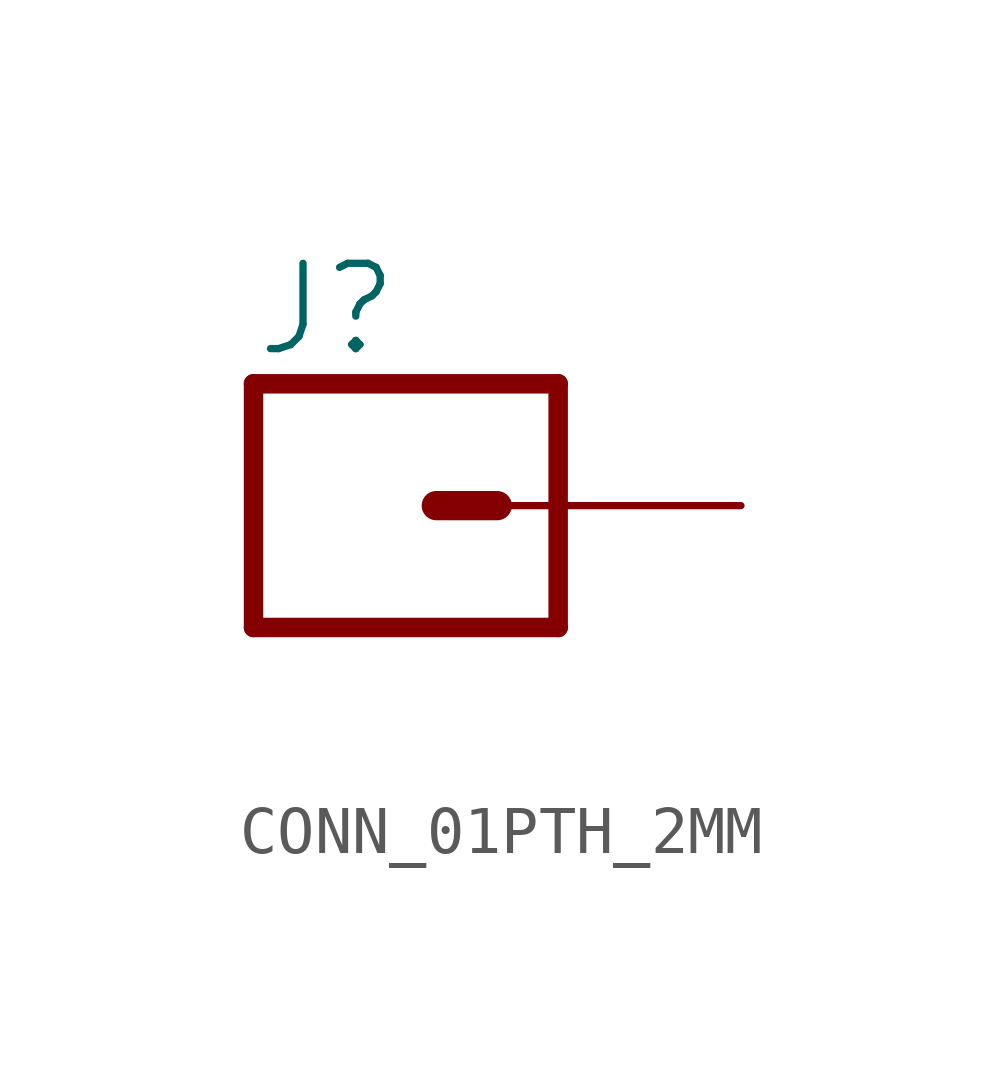
<source format=kicad_sym>
(kicad_symbol_lib
  (version 20220914)
  (generator kicad_symbol_editor)
  (symbol "CONN_01PTH_2MM"
    (property "Reference" "J"
      (at -2.54 3.048 0)
      (effects (font (size 1.778 1.778)) (justify left bottom)))
    (property "Value" ""
      (at -2.54 -4.826 0)
      (effects (font (size 1.778 1.778)) (justify left bottom)))
    (property "ki_locked" ""
      (at 0 0 0)
      (effects (font (size 1.27 1.27))))
    (symbol "CONN_01PTH_2MM_1_0"
      (polyline (pts (xy -2.54 2.54) (xy -2.54 -2.54)) (stroke (width 0.406) (type solid)) (fill (type none)))
      (polyline (pts (xy -2.54 2.54) (xy 3.81 2.54)) (stroke (width 0.406) (type solid)) (fill (type none)))
      (polyline (pts (xy 1.27 0) (xy 2.54 0)) (stroke (width 0.61) (type solid)) (fill (type none)))
      (polyline (pts (xy 3.81 -2.54) (xy -2.54 -2.54)) (stroke (width 0.406) (type solid)) (fill (type none)))
      (polyline (pts (xy 3.81 -2.54) (xy 3.81 2.54)) (stroke (width 0.406) (type solid)) (fill (type none)))
      (pin passive line (at 7.62 0 180) (length 5.08) (name "1" (effects (font (size 0 0)))) (number "1" (effects (font (size 0 0))))))))
</source>
